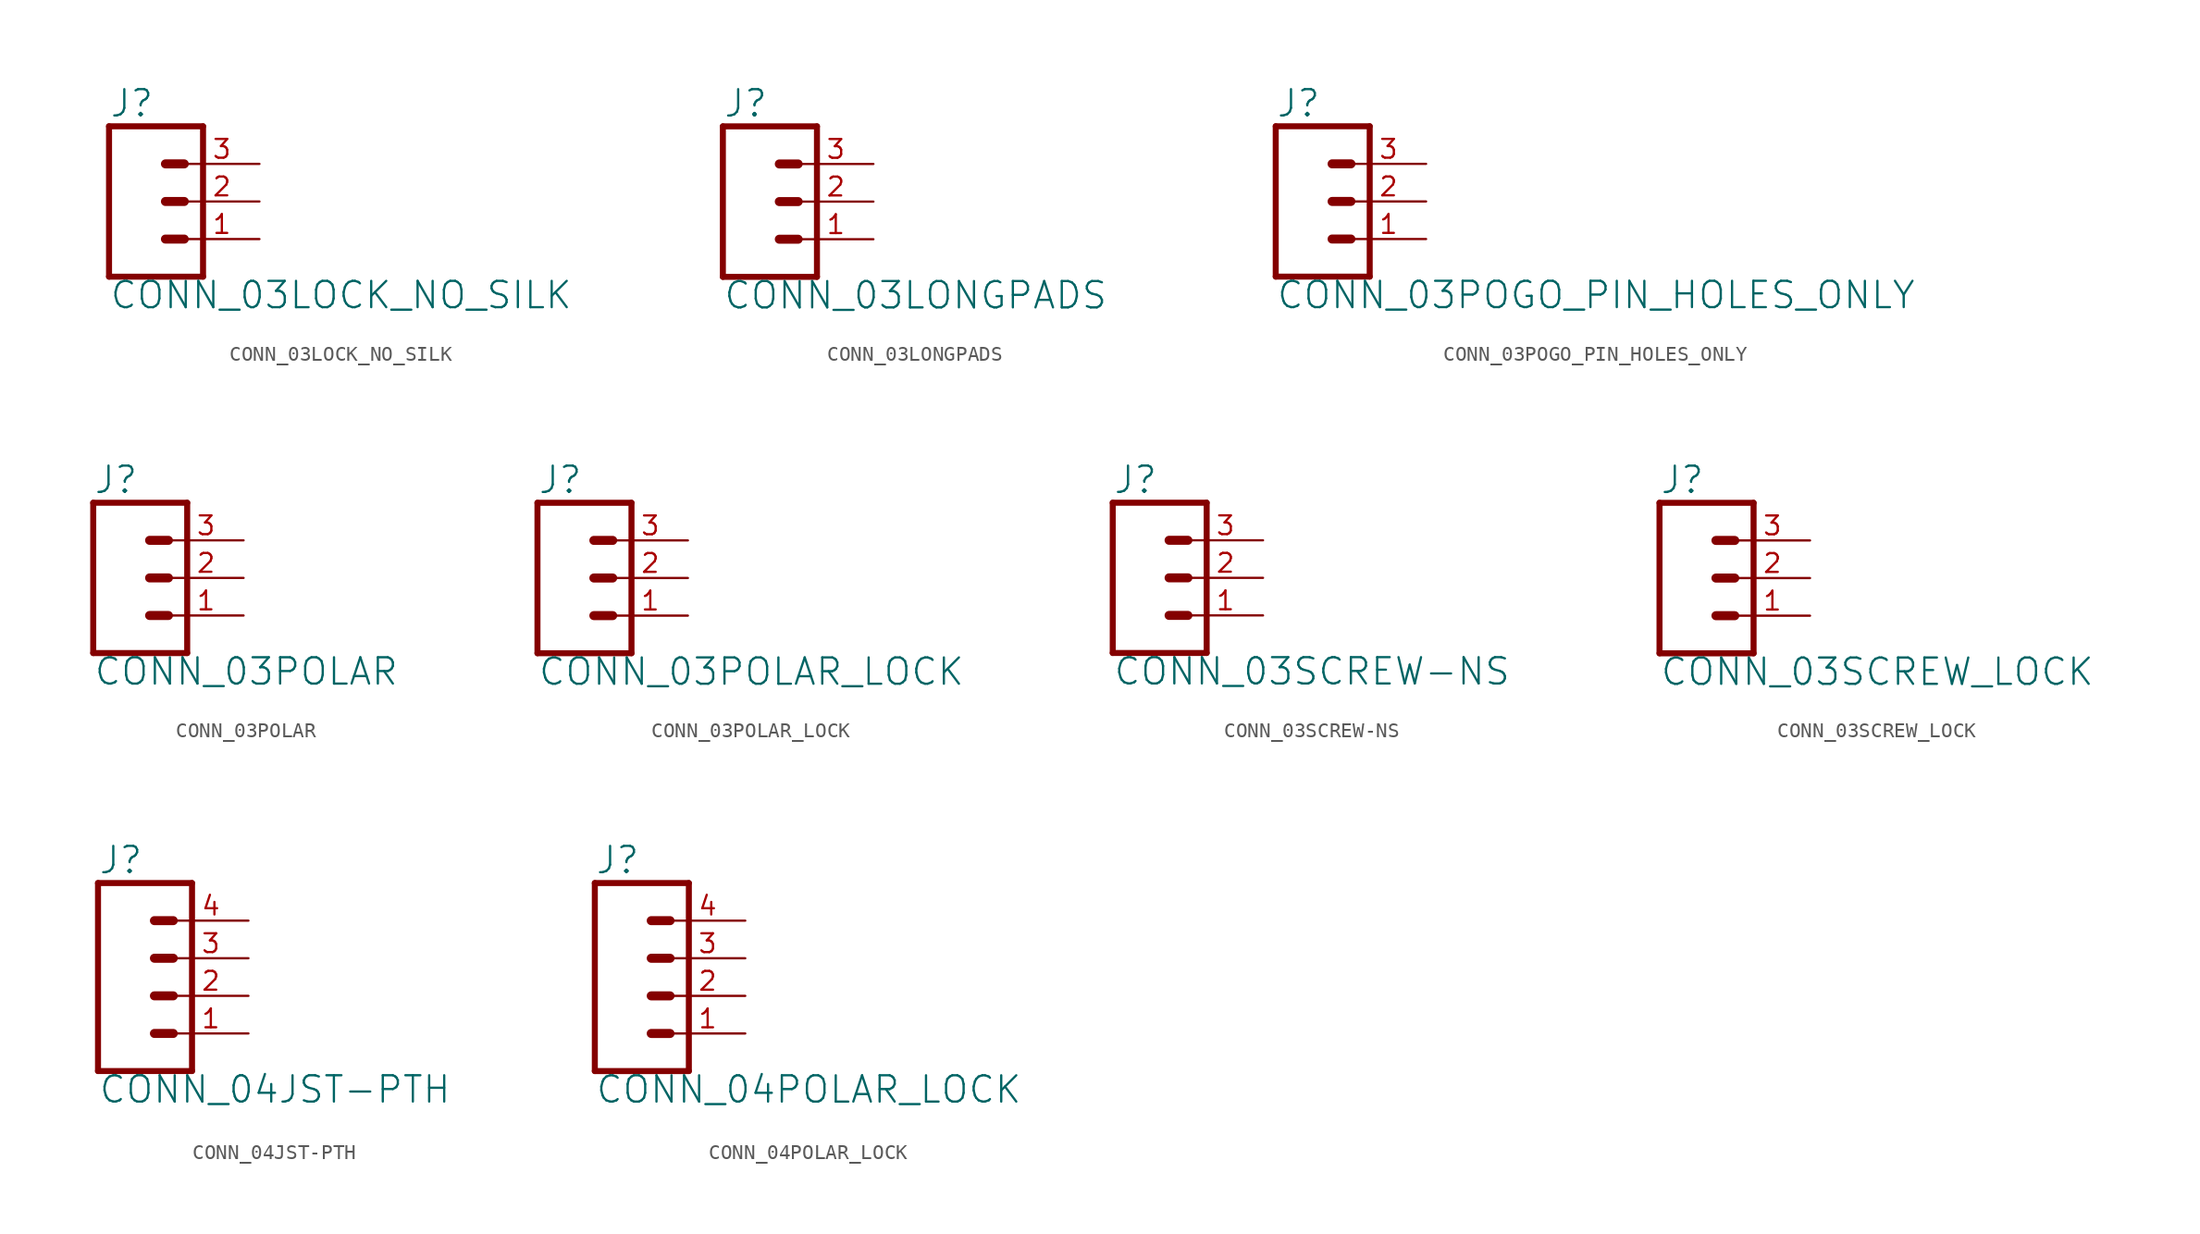
<source format=kicad_sym>
(kicad_symbol_lib
  (version 20220331)
  (generator kicad_symbol_editor)
  (symbol "CONN_03LOCK_NO_SILK"
    (property "Reference" "J"
      (at -2.54 5.588 0)
      (effects (font (size 1.778 1.778)) (justify left bottom)))
    (property "Value" "CONN_03LOCK_NO_SILK"
      (at -2.54 -7.366 0)
      (effects (font (size 1.778 1.778)) (justify left bottom)))
    (property "ki_locked" ""
      (at 0 0 0)
      (effects (font (size 1.27 1.27))))
    (symbol "CONN_03LOCK_NO_SILK_1_0"
      (polyline (pts (xy -2.54 5.08) (xy -2.54 -5.08)) (stroke (width 0.406) (type solid)) (fill (type none)))
      (polyline (pts (xy -2.54 5.08) (xy 3.81 5.08)) (stroke (width 0.406) (type solid)) (fill (type none)))
      (polyline (pts (xy 1.27 -2.54) (xy 2.54 -2.54)) (stroke (width 0.61) (type solid)) (fill (type none)))
      (polyline (pts (xy 1.27 0) (xy 2.54 0)) (stroke (width 0.61) (type solid)) (fill (type none)))
      (polyline (pts (xy 1.27 2.54) (xy 2.54 2.54)) (stroke (width 0.61) (type solid)) (fill (type none)))
      (polyline (pts (xy 3.81 -5.08) (xy -2.54 -5.08)) (stroke (width 0.406) (type solid)) (fill (type none)))
      (polyline (pts (xy 3.81 -5.08) (xy 3.81 5.08)) (stroke (width 0.406) (type solid)) (fill (type none)))
      (pin passive line (at 7.62 -2.54 180) (length 5.08) (name "1" (effects (font (size 0 0)))) (number "1" (effects (font (size 1.27 1.27)))))
      (pin passive line (at 7.62 0 180) (length 5.08) (name "2" (effects (font (size 0 0)))) (number "2" (effects (font (size 1.27 1.27)))))
      (pin passive line (at 7.62 2.54 180) (length 5.08) (name "3" (effects (font (size 0 0)))) (number "3" (effects (font (size 1.27 1.27)))))))
  (symbol "CONN_03LONGPADS"
    (property "Reference" "J"
      (at -2.54 5.588 0)
      (effects (font (size 1.778 1.778)) (justify left bottom)))
    (property "Value" "CONN_03LONGPADS"
      (at -2.54 -7.366 0)
      (effects (font (size 1.778 1.778)) (justify left bottom)))
    (property "ki_locked" ""
      (at 0 0 0)
      (effects (font (size 1.27 1.27))))
    (symbol "CONN_03LONGPADS_1_0"
      (polyline (pts (xy -2.54 5.08) (xy -2.54 -5.08)) (stroke (width 0.406) (type solid)) (fill (type none)))
      (polyline (pts (xy -2.54 5.08) (xy 3.81 5.08)) (stroke (width 0.406) (type solid)) (fill (type none)))
      (polyline (pts (xy 1.27 -2.54) (xy 2.54 -2.54)) (stroke (width 0.61) (type solid)) (fill (type none)))
      (polyline (pts (xy 1.27 0) (xy 2.54 0)) (stroke (width 0.61) (type solid)) (fill (type none)))
      (polyline (pts (xy 1.27 2.54) (xy 2.54 2.54)) (stroke (width 0.61) (type solid)) (fill (type none)))
      (polyline (pts (xy 3.81 -5.08) (xy -2.54 -5.08)) (stroke (width 0.406) (type solid)) (fill (type none)))
      (polyline (pts (xy 3.81 -5.08) (xy 3.81 5.08)) (stroke (width 0.406) (type solid)) (fill (type none)))
      (pin passive line (at 7.62 -2.54 180) (length 5.08) (name "1" (effects (font (size 0 0)))) (number "1" (effects (font (size 1.27 1.27)))))
      (pin passive line (at 7.62 0 180) (length 5.08) (name "2" (effects (font (size 0 0)))) (number "2" (effects (font (size 1.27 1.27)))))
      (pin passive line (at 7.62 2.54 180) (length 5.08) (name "3" (effects (font (size 0 0)))) (number "3" (effects (font (size 1.27 1.27)))))))
  (symbol "CONN_03POGO_PIN_HOLES_ONLY"
    (property "Reference" "J"
      (at -2.54 5.588 0)
      (effects (font (size 1.778 1.778)) (justify left bottom)))
    (property "Value" "CONN_03POGO_PIN_HOLES_ONLY"
      (at -2.54 -7.366 0)
      (effects (font (size 1.778 1.778)) (justify left bottom)))
    (property "ki_locked" ""
      (at 0 0 0)
      (effects (font (size 1.27 1.27))))
    (symbol "CONN_03POGO_PIN_HOLES_ONLY_1_0"
      (polyline (pts (xy -2.54 5.08) (xy -2.54 -5.08)) (stroke (width 0.406) (type solid)) (fill (type none)))
      (polyline (pts (xy -2.54 5.08) (xy 3.81 5.08)) (stroke (width 0.406) (type solid)) (fill (type none)))
      (polyline (pts (xy 1.27 -2.54) (xy 2.54 -2.54)) (stroke (width 0.61) (type solid)) (fill (type none)))
      (polyline (pts (xy 1.27 0) (xy 2.54 0)) (stroke (width 0.61) (type solid)) (fill (type none)))
      (polyline (pts (xy 1.27 2.54) (xy 2.54 2.54)) (stroke (width 0.61) (type solid)) (fill (type none)))
      (polyline (pts (xy 3.81 -5.08) (xy -2.54 -5.08)) (stroke (width 0.406) (type solid)) (fill (type none)))
      (polyline (pts (xy 3.81 -5.08) (xy 3.81 5.08)) (stroke (width 0.406) (type solid)) (fill (type none)))
      (pin passive line (at 7.62 -2.54 180) (length 5.08) (name "1" (effects (font (size 0 0)))) (number "1" (effects (font (size 1.27 1.27)))))
      (pin passive line (at 7.62 0 180) (length 5.08) (name "2" (effects (font (size 0 0)))) (number "2" (effects (font (size 1.27 1.27)))))
      (pin passive line (at 7.62 2.54 180) (length 5.08) (name "3" (effects (font (size 0 0)))) (number "3" (effects (font (size 1.27 1.27)))))))
  (symbol "CONN_03POLAR"
    (property "Reference" "J"
      (at -2.54 5.588 0)
      (effects (font (size 1.778 1.778)) (justify left bottom)))
    (property "Value" "CONN_03POLAR"
      (at -2.54 -7.366 0)
      (effects (font (size 1.778 1.778)) (justify left bottom)))
    (property "ki_locked" ""
      (at 0 0 0)
      (effects (font (size 1.27 1.27))))
    (symbol "CONN_03POLAR_1_0"
      (polyline (pts (xy -2.54 5.08) (xy -2.54 -5.08)) (stroke (width 0.406) (type solid)) (fill (type none)))
      (polyline (pts (xy -2.54 5.08) (xy 3.81 5.08)) (stroke (width 0.406) (type solid)) (fill (type none)))
      (polyline (pts (xy 1.27 -2.54) (xy 2.54 -2.54)) (stroke (width 0.61) (type solid)) (fill (type none)))
      (polyline (pts (xy 1.27 0) (xy 2.54 0)) (stroke (width 0.61) (type solid)) (fill (type none)))
      (polyline (pts (xy 1.27 2.54) (xy 2.54 2.54)) (stroke (width 0.61) (type solid)) (fill (type none)))
      (polyline (pts (xy 3.81 -5.08) (xy -2.54 -5.08)) (stroke (width 0.406) (type solid)) (fill (type none)))
      (polyline (pts (xy 3.81 -5.08) (xy 3.81 5.08)) (stroke (width 0.406) (type solid)) (fill (type none)))
      (pin passive line (at 7.62 -2.54 180) (length 5.08) (name "1" (effects (font (size 0 0)))) (number "1" (effects (font (size 1.27 1.27)))))
      (pin passive line (at 7.62 0 180) (length 5.08) (name "2" (effects (font (size 0 0)))) (number "2" (effects (font (size 1.27 1.27)))))
      (pin passive line (at 7.62 2.54 180) (length 5.08) (name "3" (effects (font (size 0 0)))) (number "3" (effects (font (size 1.27 1.27)))))))
  (symbol "CONN_03POLAR_LOCK"
    (property "Reference" "J"
      (at -2.54 5.588 0)
      (effects (font (size 1.778 1.778)) (justify left bottom)))
    (property "Value" "CONN_03POLAR_LOCK"
      (at -2.54 -7.366 0)
      (effects (font (size 1.778 1.778)) (justify left bottom)))
    (property "ki_locked" ""
      (at 0 0 0)
      (effects (font (size 1.27 1.27))))
    (symbol "CONN_03POLAR_LOCK_1_0"
      (polyline (pts (xy -2.54 5.08) (xy -2.54 -5.08)) (stroke (width 0.406) (type solid)) (fill (type none)))
      (polyline (pts (xy -2.54 5.08) (xy 3.81 5.08)) (stroke (width 0.406) (type solid)) (fill (type none)))
      (polyline (pts (xy 1.27 -2.54) (xy 2.54 -2.54)) (stroke (width 0.61) (type solid)) (fill (type none)))
      (polyline (pts (xy 1.27 0) (xy 2.54 0)) (stroke (width 0.61) (type solid)) (fill (type none)))
      (polyline (pts (xy 1.27 2.54) (xy 2.54 2.54)) (stroke (width 0.61) (type solid)) (fill (type none)))
      (polyline (pts (xy 3.81 -5.08) (xy -2.54 -5.08)) (stroke (width 0.406) (type solid)) (fill (type none)))
      (polyline (pts (xy 3.81 -5.08) (xy 3.81 5.08)) (stroke (width 0.406) (type solid)) (fill (type none)))
      (pin passive line (at 7.62 -2.54 180) (length 5.08) (name "1" (effects (font (size 0 0)))) (number "1" (effects (font (size 1.27 1.27)))))
      (pin passive line (at 7.62 0 180) (length 5.08) (name "2" (effects (font (size 0 0)))) (number "2" (effects (font (size 1.27 1.27)))))
      (pin passive line (at 7.62 2.54 180) (length 5.08) (name "3" (effects (font (size 0 0)))) (number "3" (effects (font (size 1.27 1.27)))))))
  (symbol "CONN_03SCREW-NS"
    (property "Reference" "J"
      (at -2.54 5.588 0)
      (effects (font (size 1.778 1.778)) (justify left bottom)))
    (property "Value" "CONN_03SCREW-NS"
      (at -2.54 -7.366 0)
      (effects (font (size 1.778 1.778)) (justify left bottom)))
    (property "ki_locked" ""
      (at 0 0 0)
      (effects (font (size 1.27 1.27))))
    (symbol "CONN_03SCREW-NS_1_0"
      (polyline (pts (xy -2.54 5.08) (xy -2.54 -5.08)) (stroke (width 0.406) (type solid)) (fill (type none)))
      (polyline (pts (xy -2.54 5.08) (xy 3.81 5.08)) (stroke (width 0.406) (type solid)) (fill (type none)))
      (polyline (pts (xy 1.27 -2.54) (xy 2.54 -2.54)) (stroke (width 0.61) (type solid)) (fill (type none)))
      (polyline (pts (xy 1.27 0) (xy 2.54 0)) (stroke (width 0.61) (type solid)) (fill (type none)))
      (polyline (pts (xy 1.27 2.54) (xy 2.54 2.54)) (stroke (width 0.61) (type solid)) (fill (type none)))
      (polyline (pts (xy 3.81 -5.08) (xy -2.54 -5.08)) (stroke (width 0.406) (type solid)) (fill (type none)))
      (polyline (pts (xy 3.81 -5.08) (xy 3.81 5.08)) (stroke (width 0.406) (type solid)) (fill (type none)))
      (pin passive line (at 7.62 -2.54 180) (length 5.08) (name "1" (effects (font (size 0 0)))) (number "1" (effects (font (size 1.27 1.27)))))
      (pin passive line (at 7.62 0 180) (length 5.08) (name "2" (effects (font (size 0 0)))) (number "2" (effects (font (size 1.27 1.27)))))
      (pin passive line (at 7.62 2.54 180) (length 5.08) (name "3" (effects (font (size 0 0)))) (number "3" (effects (font (size 1.27 1.27)))))))
  (symbol "CONN_03SCREW_LOCK"
    (property "Reference" "J"
      (at -2.54 5.588 0)
      (effects (font (size 1.778 1.778)) (justify left bottom)))
    (property "Value" "CONN_03SCREW_LOCK"
      (at -2.54 -7.366 0)
      (effects (font (size 1.778 1.778)) (justify left bottom)))
    (property "ki_locked" ""
      (at 0 0 0)
      (effects (font (size 1.27 1.27))))
    (symbol "CONN_03SCREW_LOCK_1_0"
      (polyline (pts (xy -2.54 5.08) (xy -2.54 -5.08)) (stroke (width 0.406) (type solid)) (fill (type none)))
      (polyline (pts (xy -2.54 5.08) (xy 3.81 5.08)) (stroke (width 0.406) (type solid)) (fill (type none)))
      (polyline (pts (xy 1.27 -2.54) (xy 2.54 -2.54)) (stroke (width 0.61) (type solid)) (fill (type none)))
      (polyline (pts (xy 1.27 0) (xy 2.54 0)) (stroke (width 0.61) (type solid)) (fill (type none)))
      (polyline (pts (xy 1.27 2.54) (xy 2.54 2.54)) (stroke (width 0.61) (type solid)) (fill (type none)))
      (polyline (pts (xy 3.81 -5.08) (xy -2.54 -5.08)) (stroke (width 0.406) (type solid)) (fill (type none)))
      (polyline (pts (xy 3.81 -5.08) (xy 3.81 5.08)) (stroke (width 0.406) (type solid)) (fill (type none)))
      (pin passive line (at 7.62 -2.54 180) (length 5.08) (name "1" (effects (font (size 0 0)))) (number "1" (effects (font (size 1.27 1.27)))))
      (pin passive line (at 7.62 0 180) (length 5.08) (name "2" (effects (font (size 0 0)))) (number "2" (effects (font (size 1.27 1.27)))))
      (pin passive line (at 7.62 2.54 180) (length 5.08) (name "3" (effects (font (size 0 0)))) (number "3" (effects (font (size 1.27 1.27)))))))
  (symbol "CONN_04JST-PTH"
    (property "Reference" "J"
      (at -5.08 8.128 0)
      (effects (font (size 1.778 1.778)) (justify left bottom)))
    (property "Value" "CONN_04JST-PTH"
      (at -5.08 -7.366 0)
      (effects (font (size 1.778 1.778)) (justify left bottom)))
    (property "ki_locked" ""
      (at 0 0 0)
      (effects (font (size 1.27 1.27))))
    (symbol "CONN_04JST-PTH_1_0"
      (polyline (pts (xy -5.08 7.62) (xy -5.08 -5.08)) (stroke (width 0.406) (type solid)) (fill (type none)))
      (polyline (pts (xy -5.08 7.62) (xy 1.27 7.62)) (stroke (width 0.406) (type solid)) (fill (type none)))
      (polyline (pts (xy -1.27 -2.54) (xy 0 -2.54)) (stroke (width 0.61) (type solid)) (fill (type none)))
      (polyline (pts (xy -1.27 0) (xy 0 0)) (stroke (width 0.61) (type solid)) (fill (type none)))
      (polyline (pts (xy -1.27 2.54) (xy 0 2.54)) (stroke (width 0.61) (type solid)) (fill (type none)))
      (polyline (pts (xy -1.27 5.08) (xy 0 5.08)) (stroke (width 0.61) (type solid)) (fill (type none)))
      (polyline (pts (xy 1.27 -5.08) (xy -5.08 -5.08)) (stroke (width 0.406) (type solid)) (fill (type none)))
      (polyline (pts (xy 1.27 -5.08) (xy 1.27 7.62)) (stroke (width 0.406) (type solid)) (fill (type none)))
      (pin passive line (at 5.08 -2.54 180) (length 5.08) (name "1" (effects (font (size 0 0)))) (number "1" (effects (font (size 1.27 1.27)))))
      (pin passive line (at 5.08 0 180) (length 5.08) (name "2" (effects (font (size 0 0)))) (number "2" (effects (font (size 1.27 1.27)))))
      (pin passive line (at 5.08 2.54 180) (length 5.08) (name "3" (effects (font (size 0 0)))) (number "3" (effects (font (size 1.27 1.27)))))
      (pin passive line (at 5.08 5.08 180) (length 5.08) (name "4" (effects (font (size 0 0)))) (number "4" (effects (font (size 1.27 1.27)))))))
  (symbol "CONN_04POLAR_LOCK"
    (property "Reference" "J"
      (at -5.08 8.128 0)
      (effects (font (size 1.778 1.778)) (justify left bottom)))
    (property "Value" "CONN_04POLAR_LOCK"
      (at -5.08 -7.366 0)
      (effects (font (size 1.778 1.778)) (justify left bottom)))
    (property "ki_locked" ""
      (at 0 0 0)
      (effects (font (size 1.27 1.27))))
    (symbol "CONN_04POLAR_LOCK_1_0"
      (polyline (pts (xy -5.08 7.62) (xy -5.08 -5.08)) (stroke (width 0.406) (type solid)) (fill (type none)))
      (polyline (pts (xy -5.08 7.62) (xy 1.27 7.62)) (stroke (width 0.406) (type solid)) (fill (type none)))
      (polyline (pts (xy -1.27 -2.54) (xy 0 -2.54)) (stroke (width 0.61) (type solid)) (fill (type none)))
      (polyline (pts (xy -1.27 0) (xy 0 0)) (stroke (width 0.61) (type solid)) (fill (type none)))
      (polyline (pts (xy -1.27 2.54) (xy 0 2.54)) (stroke (width 0.61) (type solid)) (fill (type none)))
      (polyline (pts (xy -1.27 5.08) (xy 0 5.08)) (stroke (width 0.61) (type solid)) (fill (type none)))
      (polyline (pts (xy 1.27 -5.08) (xy -5.08 -5.08)) (stroke (width 0.406) (type solid)) (fill (type none)))
      (polyline (pts (xy 1.27 -5.08) (xy 1.27 7.62)) (stroke (width 0.406) (type solid)) (fill (type none)))
      (pin passive line (at 5.08 -2.54 180) (length 5.08) (name "1" (effects (font (size 0 0)))) (number "1" (effects (font (size 1.27 1.27)))))
      (pin passive line (at 5.08 0 180) (length 5.08) (name "2" (effects (font (size 0 0)))) (number "2" (effects (font (size 1.27 1.27)))))
      (pin passive line (at 5.08 2.54 180) (length 5.08) (name "3" (effects (font (size 0 0)))) (number "3" (effects (font (size 1.27 1.27)))))
      (pin passive line (at 5.08 5.08 180) (length 5.08) (name "4" (effects (font (size 0 0)))) (number "4" (effects (font (size 1.27 1.27))))))))
</source>
